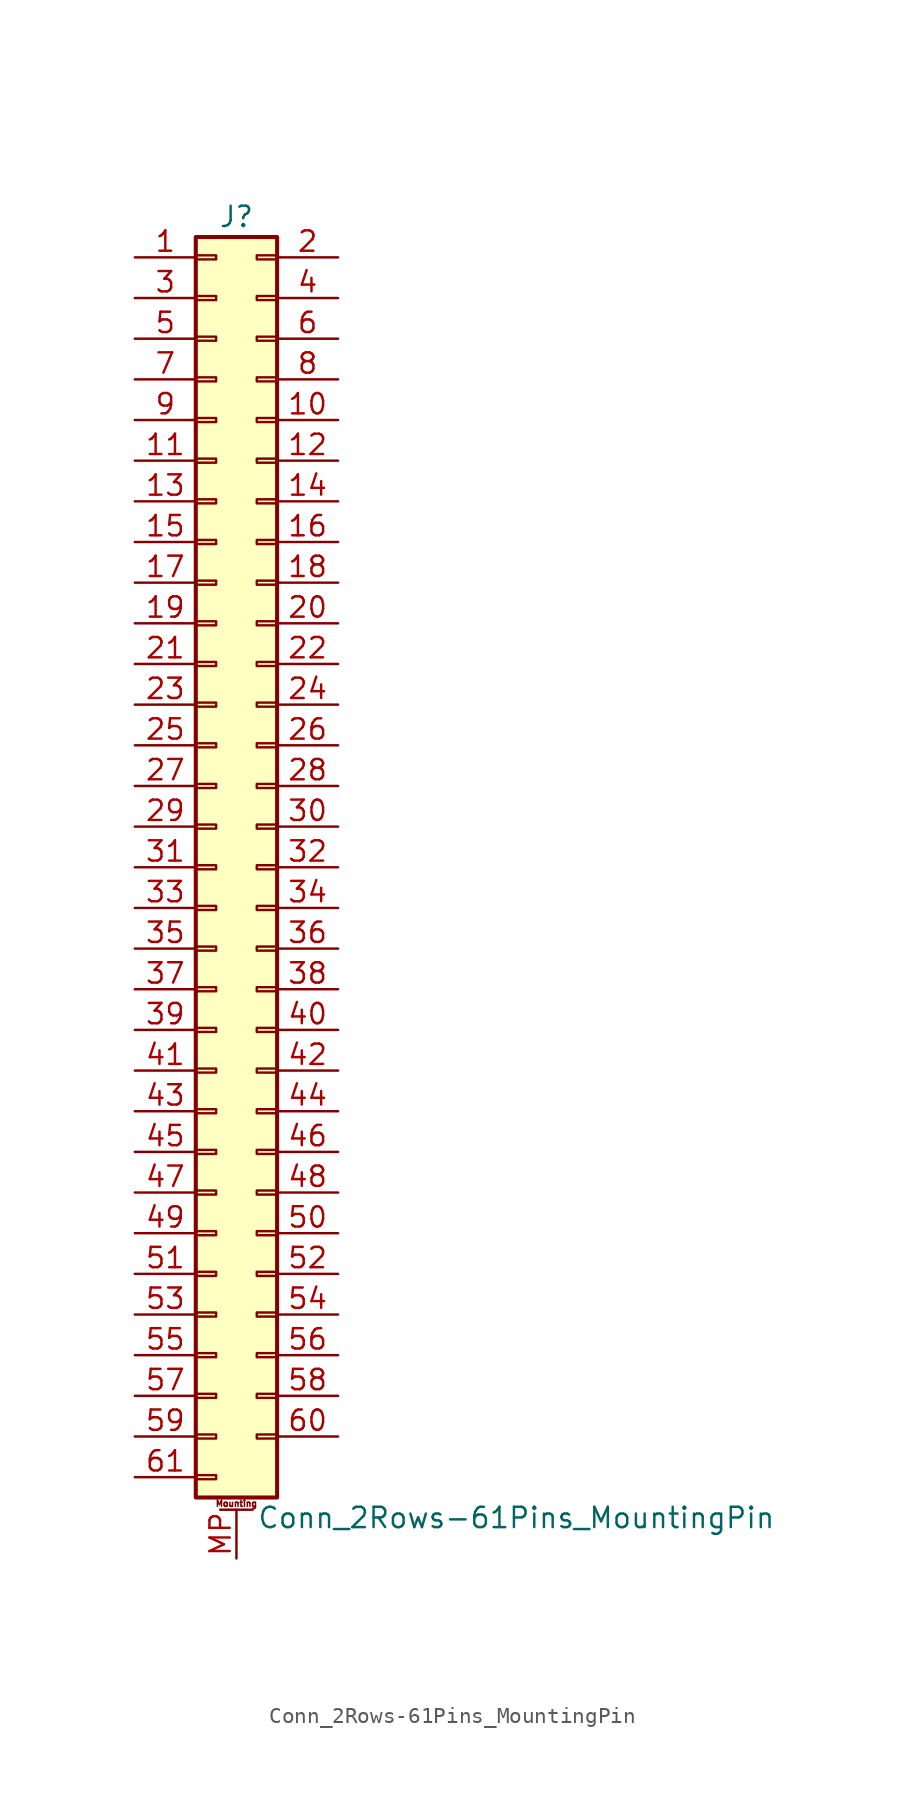
<source format=kicad_sym>
(kicad_symbol_lib
  (version 20201005)
  (generator kicad_symbol_editor)
  (symbol "Conn_2Rows-61Pins_MountingPin"
    (pin_names
      (offset 1.016) hide)
    (property "Reference" "J"
      (at 1.27 40.64 0)
      (effects (font (size 1.27 1.27))))
    (property "Value" "Conn_2Rows-61Pins_MountingPin"
      (at 2.54 -40.64 0)
      (effects (font (size 1.27 1.27)) (justify left)))
    (symbol "Conn_2Rows-61Pins_MountingPin_1_1"
      (text "Mounting" (at 1.27 -39.751 0) (effects (font (size 0.381 0.381))))
      (rectangle (start -1.27 -37.973) (end 0 -38.227) (stroke (width 0.152)) (fill (type none)))
      (rectangle (start -1.27 -35.433) (end 0 -35.687) (stroke (width 0.152)) (fill (type none)))
      (rectangle (start -1.27 -32.893) (end 0 -33.147) (stroke (width 0.152)) (fill (type none)))
      (rectangle (start -1.27 -30.353) (end 0 -30.607) (stroke (width 0.152)) (fill (type none)))
      (rectangle (start -1.27 -27.813) (end 0 -28.067) (stroke (width 0.152)) (fill (type none)))
      (rectangle (start -1.27 -25.273) (end 0 -25.527) (stroke (width 0.152)) (fill (type none)))
      (rectangle (start -1.27 -22.733) (end 0 -22.987) (stroke (width 0.152)) (fill (type none)))
      (rectangle (start -1.27 -20.193) (end 0 -20.447) (stroke (width 0.152)) (fill (type none)))
      (rectangle (start -1.27 -17.653) (end 0 -17.907) (stroke (width 0.152)) (fill (type none)))
      (rectangle (start -1.27 -15.113) (end 0 -15.367) (stroke (width 0.152)) (fill (type none)))
      (rectangle (start -1.27 -12.573) (end 0 -12.827) (stroke (width 0.152)) (fill (type none)))
      (rectangle (start -1.27 -10.033) (end 0 -10.287) (stroke (width 0.152)) (fill (type none)))
      (rectangle (start -1.27 -7.493) (end 0 -7.747) (stroke (width 0.152)) (fill (type none)))
      (rectangle (start -1.27 -4.953) (end 0 -5.207) (stroke (width 0.152)) (fill (type none)))
      (rectangle (start -1.27 -2.413) (end 0 -2.667) (stroke (width 0.152)) (fill (type none)))
      (rectangle (start -1.27 0.127) (end 0 -0.127) (stroke (width 0.152)) (fill (type none)))
      (rectangle (start -1.27 2.667) (end 0 2.413) (stroke (width 0.152)) (fill (type none)))
      (rectangle (start -1.27 5.207) (end 0 4.953) (stroke (width 0.152)) (fill (type none)))
      (rectangle (start -1.27 7.747) (end 0 7.493) (stroke (width 0.152)) (fill (type none)))
      (rectangle (start -1.27 10.287) (end 0 10.033) (stroke (width 0.152)) (fill (type none)))
      (rectangle (start -1.27 12.827) (end 0 12.573) (stroke (width 0.152)) (fill (type none)))
      (rectangle (start -1.27 15.367) (end 0 15.113) (stroke (width 0.152)) (fill (type none)))
      (rectangle (start -1.27 17.907) (end 0 17.653) (stroke (width 0.152)) (fill (type none)))
      (rectangle (start -1.27 20.447) (end 0 20.193) (stroke (width 0.152)) (fill (type none)))
      (rectangle (start -1.27 22.987) (end 0 22.733) (stroke (width 0.152)) (fill (type none)))
      (rectangle (start -1.27 25.527) (end 0 25.273) (stroke (width 0.152)) (fill (type none)))
      (rectangle (start -1.27 28.067) (end 0 27.813) (stroke (width 0.152)) (fill (type none)))
      (rectangle (start -1.27 30.607) (end 0 30.353) (stroke (width 0.152)) (fill (type none)))
      (rectangle (start -1.27 33.147) (end 0 32.893) (stroke (width 0.152)) (fill (type none)))
      (rectangle (start -1.27 35.687) (end 0 35.433) (stroke (width 0.152)) (fill (type none)))
      (rectangle (start -1.27 38.227) (end 0 37.973) (stroke (width 0.152)) (fill (type none)))
      (rectangle (start -1.27 39.37) (end 3.81 -39.37) (stroke (width 0.254)) (fill (type background)))
      (rectangle (start 3.81 -35.433) (end 2.54 -35.687) (stroke (width 0.152)) (fill (type none)))
      (rectangle (start 3.81 -32.893) (end 2.54 -33.147) (stroke (width 0.152)) (fill (type none)))
      (rectangle (start 3.81 -30.353) (end 2.54 -30.607) (stroke (width 0.152)) (fill (type none)))
      (rectangle (start 3.81 -27.813) (end 2.54 -28.067) (stroke (width 0.152)) (fill (type none)))
      (rectangle (start 3.81 -25.273) (end 2.54 -25.527) (stroke (width 0.152)) (fill (type none)))
      (rectangle (start 3.81 -22.733) (end 2.54 -22.987) (stroke (width 0.152)) (fill (type none)))
      (rectangle (start 3.81 -20.193) (end 2.54 -20.447) (stroke (width 0.152)) (fill (type none)))
      (rectangle (start 3.81 -17.653) (end 2.54 -17.907) (stroke (width 0.152)) (fill (type none)))
      (rectangle (start 3.81 -15.113) (end 2.54 -15.367) (stroke (width 0.152)) (fill (type none)))
      (rectangle (start 3.81 -12.573) (end 2.54 -12.827) (stroke (width 0.152)) (fill (type none)))
      (rectangle (start 3.81 -10.033) (end 2.54 -10.287) (stroke (width 0.152)) (fill (type none)))
      (rectangle (start 3.81 -7.493) (end 2.54 -7.747) (stroke (width 0.152)) (fill (type none)))
      (rectangle (start 3.81 -4.953) (end 2.54 -5.207) (stroke (width 0.152)) (fill (type none)))
      (rectangle (start 3.81 -2.413) (end 2.54 -2.667) (stroke (width 0.152)) (fill (type none)))
      (rectangle (start 3.81 0.127) (end 2.54 -0.127) (stroke (width 0.152)) (fill (type none)))
      (rectangle (start 3.81 2.667) (end 2.54 2.413) (stroke (width 0.152)) (fill (type none)))
      (rectangle (start 3.81 5.207) (end 2.54 4.953) (stroke (width 0.152)) (fill (type none)))
      (rectangle (start 3.81 7.747) (end 2.54 7.493) (stroke (width 0.152)) (fill (type none)))
      (rectangle (start 3.81 10.287) (end 2.54 10.033) (stroke (width 0.152)) (fill (type none)))
      (rectangle (start 3.81 12.827) (end 2.54 12.573) (stroke (width 0.152)) (fill (type none)))
      (rectangle (start 3.81 15.367) (end 2.54 15.113) (stroke (width 0.152)) (fill (type none)))
      (rectangle (start 3.81 17.907) (end 2.54 17.653) (stroke (width 0.152)) (fill (type none)))
      (rectangle (start 3.81 20.447) (end 2.54 20.193) (stroke (width 0.152)) (fill (type none)))
      (rectangle (start 3.81 22.987) (end 2.54 22.733) (stroke (width 0.152)) (fill (type none)))
      (rectangle (start 3.81 25.527) (end 2.54 25.273) (stroke (width 0.152)) (fill (type none)))
      (rectangle (start 3.81 28.067) (end 2.54 27.813) (stroke (width 0.152)) (fill (type none)))
      (rectangle (start 3.81 30.607) (end 2.54 30.353) (stroke (width 0.152)) (fill (type none)))
      (rectangle (start 3.81 33.147) (end 2.54 32.893) (stroke (width 0.152)) (fill (type none)))
      (rectangle (start 3.81 35.687) (end 2.54 35.433) (stroke (width 0.152)) (fill (type none)))
      (rectangle (start 3.81 38.227) (end 2.54 37.973) (stroke (width 0.152)) (fill (type none)))
      (polyline (pts (xy 0.254 -40.132) (xy 2.286 -40.132)) (stroke (width 0.152)) (fill (type none)))
      (pin passive line (at -5.08 38.1 0) (length 3.81) (name "Pin_1" (effects (font (size 1.27 1.27)))) (number "1" (effects (font (size 1.27 1.27)))))
      (pin passive line (at 7.62 27.94 180) (length 3.81) (name "Pin_10" (effects (font (size 1.27 1.27)))) (number "10" (effects (font (size 1.27 1.27)))))
      (pin passive line (at -5.08 25.4 0) (length 3.81) (name "Pin_11" (effects (font (size 1.27 1.27)))) (number "11" (effects (font (size 1.27 1.27)))))
      (pin passive line (at 7.62 25.4 180) (length 3.81) (name "Pin_12" (effects (font (size 1.27 1.27)))) (number "12" (effects (font (size 1.27 1.27)))))
      (pin passive line (at -5.08 22.86 0) (length 3.81) (name "Pin_13" (effects (font (size 1.27 1.27)))) (number "13" (effects (font (size 1.27 1.27)))))
      (pin passive line (at 7.62 22.86 180) (length 3.81) (name "Pin_14" (effects (font (size 1.27 1.27)))) (number "14" (effects (font (size 1.27 1.27)))))
      (pin passive line (at -5.08 20.32 0) (length 3.81) (name "Pin_15" (effects (font (size 1.27 1.27)))) (number "15" (effects (font (size 1.27 1.27)))))
      (pin passive line (at 7.62 20.32 180) (length 3.81) (name "Pin_16" (effects (font (size 1.27 1.27)))) (number "16" (effects (font (size 1.27 1.27)))))
      (pin passive line (at -5.08 17.78 0) (length 3.81) (name "Pin_17" (effects (font (size 1.27 1.27)))) (number "17" (effects (font (size 1.27 1.27)))))
      (pin passive line (at 7.62 17.78 180) (length 3.81) (name "Pin_18" (effects (font (size 1.27 1.27)))) (number "18" (effects (font (size 1.27 1.27)))))
      (pin passive line (at -5.08 15.24 0) (length 3.81) (name "Pin_19" (effects (font (size 1.27 1.27)))) (number "19" (effects (font (size 1.27 1.27)))))
      (pin passive line (at 7.62 38.1 180) (length 3.81) (name "Pin_2" (effects (font (size 1.27 1.27)))) (number "2" (effects (font (size 1.27 1.27)))))
      (pin passive line (at 7.62 15.24 180) (length 3.81) (name "Pin_20" (effects (font (size 1.27 1.27)))) (number "20" (effects (font (size 1.27 1.27)))))
      (pin passive line (at -5.08 12.7 0) (length 3.81) (name "Pin_21" (effects (font (size 1.27 1.27)))) (number "21" (effects (font (size 1.27 1.27)))))
      (pin passive line (at 7.62 12.7 180) (length 3.81) (name "Pin_22" (effects (font (size 1.27 1.27)))) (number "22" (effects (font (size 1.27 1.27)))))
      (pin passive line (at -5.08 10.16 0) (length 3.81) (name "Pin_23" (effects (font (size 1.27 1.27)))) (number "23" (effects (font (size 1.27 1.27)))))
      (pin passive line (at 7.62 10.16 180) (length 3.81) (name "Pin_24" (effects (font (size 1.27 1.27)))) (number "24" (effects (font (size 1.27 1.27)))))
      (pin passive line (at -5.08 7.62 0) (length 3.81) (name "Pin_25" (effects (font (size 1.27 1.27)))) (number "25" (effects (font (size 1.27 1.27)))))
      (pin passive line (at 7.62 7.62 180) (length 3.81) (name "Pin_26" (effects (font (size 1.27 1.27)))) (number "26" (effects (font (size 1.27 1.27)))))
      (pin passive line (at -5.08 5.08 0) (length 3.81) (name "Pin_27" (effects (font (size 1.27 1.27)))) (number "27" (effects (font (size 1.27 1.27)))))
      (pin passive line (at 7.62 5.08 180) (length 3.81) (name "Pin_28" (effects (font (size 1.27 1.27)))) (number "28" (effects (font (size 1.27 1.27)))))
      (pin passive line (at -5.08 2.54 0) (length 3.81) (name "Pin_29" (effects (font (size 1.27 1.27)))) (number "29" (effects (font (size 1.27 1.27)))))
      (pin passive line (at -5.08 35.56 0) (length 3.81) (name "Pin_3" (effects (font (size 1.27 1.27)))) (number "3" (effects (font (size 1.27 1.27)))))
      (pin passive line (at 7.62 2.54 180) (length 3.81) (name "Pin_30" (effects (font (size 1.27 1.27)))) (number "30" (effects (font (size 1.27 1.27)))))
      (pin passive line (at -5.08 0 0) (length 3.81) (name "Pin_31" (effects (font (size 1.27 1.27)))) (number "31" (effects (font (size 1.27 1.27)))))
      (pin passive line (at 7.62 0 180) (length 3.81) (name "Pin_32" (effects (font (size 1.27 1.27)))) (number "32" (effects (font (size 1.27 1.27)))))
      (pin passive line (at -5.08 -2.54 0) (length 3.81) (name "Pin_33" (effects (font (size 1.27 1.27)))) (number "33" (effects (font (size 1.27 1.27)))))
      (pin passive line (at 7.62 -2.54 180) (length 3.81) (name "Pin_34" (effects (font (size 1.27 1.27)))) (number "34" (effects (font (size 1.27 1.27)))))
      (pin passive line (at -5.08 -5.08 0) (length 3.81) (name "Pin_35" (effects (font (size 1.27 1.27)))) (number "35" (effects (font (size 1.27 1.27)))))
      (pin passive line (at 7.62 -5.08 180) (length 3.81) (name "Pin_36" (effects (font (size 1.27 1.27)))) (number "36" (effects (font (size 1.27 1.27)))))
      (pin passive line (at -5.08 -7.62 0) (length 3.81) (name "Pin_37" (effects (font (size 1.27 1.27)))) (number "37" (effects (font (size 1.27 1.27)))))
      (pin passive line (at 7.62 -7.62 180) (length 3.81) (name "Pin_38" (effects (font (size 1.27 1.27)))) (number "38" (effects (font (size 1.27 1.27)))))
      (pin passive line (at -5.08 -10.16 0) (length 3.81) (name "Pin_39" (effects (font (size 1.27 1.27)))) (number "39" (effects (font (size 1.27 1.27)))))
      (pin passive line (at 7.62 35.56 180) (length 3.81) (name "Pin_4" (effects (font (size 1.27 1.27)))) (number "4" (effects (font (size 1.27 1.27)))))
      (pin passive line (at 7.62 -10.16 180) (length 3.81) (name "Pin_40" (effects (font (size 1.27 1.27)))) (number "40" (effects (font (size 1.27 1.27)))))
      (pin passive line (at -5.08 -12.7 0) (length 3.81) (name "Pin_41" (effects (font (size 1.27 1.27)))) (number "41" (effects (font (size 1.27 1.27)))))
      (pin passive line (at 7.62 -12.7 180) (length 3.81) (name "Pin_42" (effects (font (size 1.27 1.27)))) (number "42" (effects (font (size 1.27 1.27)))))
      (pin passive line (at -5.08 -15.24 0) (length 3.81) (name "Pin_43" (effects (font (size 1.27 1.27)))) (number "43" (effects (font (size 1.27 1.27)))))
      (pin passive line (at 7.62 -15.24 180) (length 3.81) (name "Pin_44" (effects (font (size 1.27 1.27)))) (number "44" (effects (font (size 1.27 1.27)))))
      (pin passive line (at -5.08 -17.78 0) (length 3.81) (name "Pin_45" (effects (font (size 1.27 1.27)))) (number "45" (effects (font (size 1.27 1.27)))))
      (pin passive line (at 7.62 -17.78 180) (length 3.81) (name "Pin_46" (effects (font (size 1.27 1.27)))) (number "46" (effects (font (size 1.27 1.27)))))
      (pin passive line (at -5.08 -20.32 0) (length 3.81) (name "Pin_47" (effects (font (size 1.27 1.27)))) (number "47" (effects (font (size 1.27 1.27)))))
      (pin passive line (at 7.62 -20.32 180) (length 3.81) (name "Pin_48" (effects (font (size 1.27 1.27)))) (number "48" (effects (font (size 1.27 1.27)))))
      (pin passive line (at -5.08 -22.86 0) (length 3.81) (name "Pin_49" (effects (font (size 1.27 1.27)))) (number "49" (effects (font (size 1.27 1.27)))))
      (pin passive line (at -5.08 33.02 0) (length 3.81) (name "Pin_5" (effects (font (size 1.27 1.27)))) (number "5" (effects (font (size 1.27 1.27)))))
      (pin passive line (at 7.62 -22.86 180) (length 3.81) (name "Pin_50" (effects (font (size 1.27 1.27)))) (number "50" (effects (font (size 1.27 1.27)))))
      (pin passive line (at -5.08 -25.4 0) (length 3.81) (name "Pin_51" (effects (font (size 1.27 1.27)))) (number "51" (effects (font (size 1.27 1.27)))))
      (pin passive line (at 7.62 -25.4 180) (length 3.81) (name "Pin_52" (effects (font (size 1.27 1.27)))) (number "52" (effects (font (size 1.27 1.27)))))
      (pin passive line (at -5.08 -27.94 0) (length 3.81) (name "Pin_53" (effects (font (size 1.27 1.27)))) (number "53" (effects (font (size 1.27 1.27)))))
      (pin passive line (at 7.62 -27.94 180) (length 3.81) (name "Pin_54" (effects (font (size 1.27 1.27)))) (number "54" (effects (font (size 1.27 1.27)))))
      (pin passive line (at -5.08 -30.48 0) (length 3.81) (name "Pin_55" (effects (font (size 1.27 1.27)))) (number "55" (effects (font (size 1.27 1.27)))))
      (pin passive line (at 7.62 -30.48 180) (length 3.81) (name "Pin_56" (effects (font (size 1.27 1.27)))) (number "56" (effects (font (size 1.27 1.27)))))
      (pin passive line (at -5.08 -33.02 0) (length 3.81) (name "Pin_57" (effects (font (size 1.27 1.27)))) (number "57" (effects (font (size 1.27 1.27)))))
      (pin passive line (at 7.62 -33.02 180) (length 3.81) (name "Pin_58" (effects (font (size 1.27 1.27)))) (number "58" (effects (font (size 1.27 1.27)))))
      (pin passive line (at -5.08 -35.56 0) (length 3.81) (name "Pin_59" (effects (font (size 1.27 1.27)))) (number "59" (effects (font (size 1.27 1.27)))))
      (pin passive line (at 7.62 33.02 180) (length 3.81) (name "Pin_6" (effects (font (size 1.27 1.27)))) (number "6" (effects (font (size 1.27 1.27)))))
      (pin passive line (at 7.62 -35.56 180) (length 3.81) (name "Pin_60" (effects (font (size 1.27 1.27)))) (number "60" (effects (font (size 1.27 1.27)))))
      (pin passive line (at -5.08 -38.1 0) (length 3.81) (name "Pin_61" (effects (font (size 1.27 1.27)))) (number "61" (effects (font (size 1.27 1.27)))))
      (pin passive line (at -5.08 30.48 0) (length 3.81) (name "Pin_7" (effects (font (size 1.27 1.27)))) (number "7" (effects (font (size 1.27 1.27)))))
      (pin passive line (at 7.62 30.48 180) (length 3.81) (name "Pin_8" (effects (font (size 1.27 1.27)))) (number "8" (effects (font (size 1.27 1.27)))))
      (pin passive line (at -5.08 27.94 0) (length 3.81) (name "Pin_9" (effects (font (size 1.27 1.27)))) (number "9" (effects (font (size 1.27 1.27)))))
      (pin passive line (at 1.27 -43.18 90) (length 3.048) (name "MountPin" (effects (font (size 1.27 1.27)))) (number "MP" (effects (font (size 1.27 1.27))))))))
</source>
